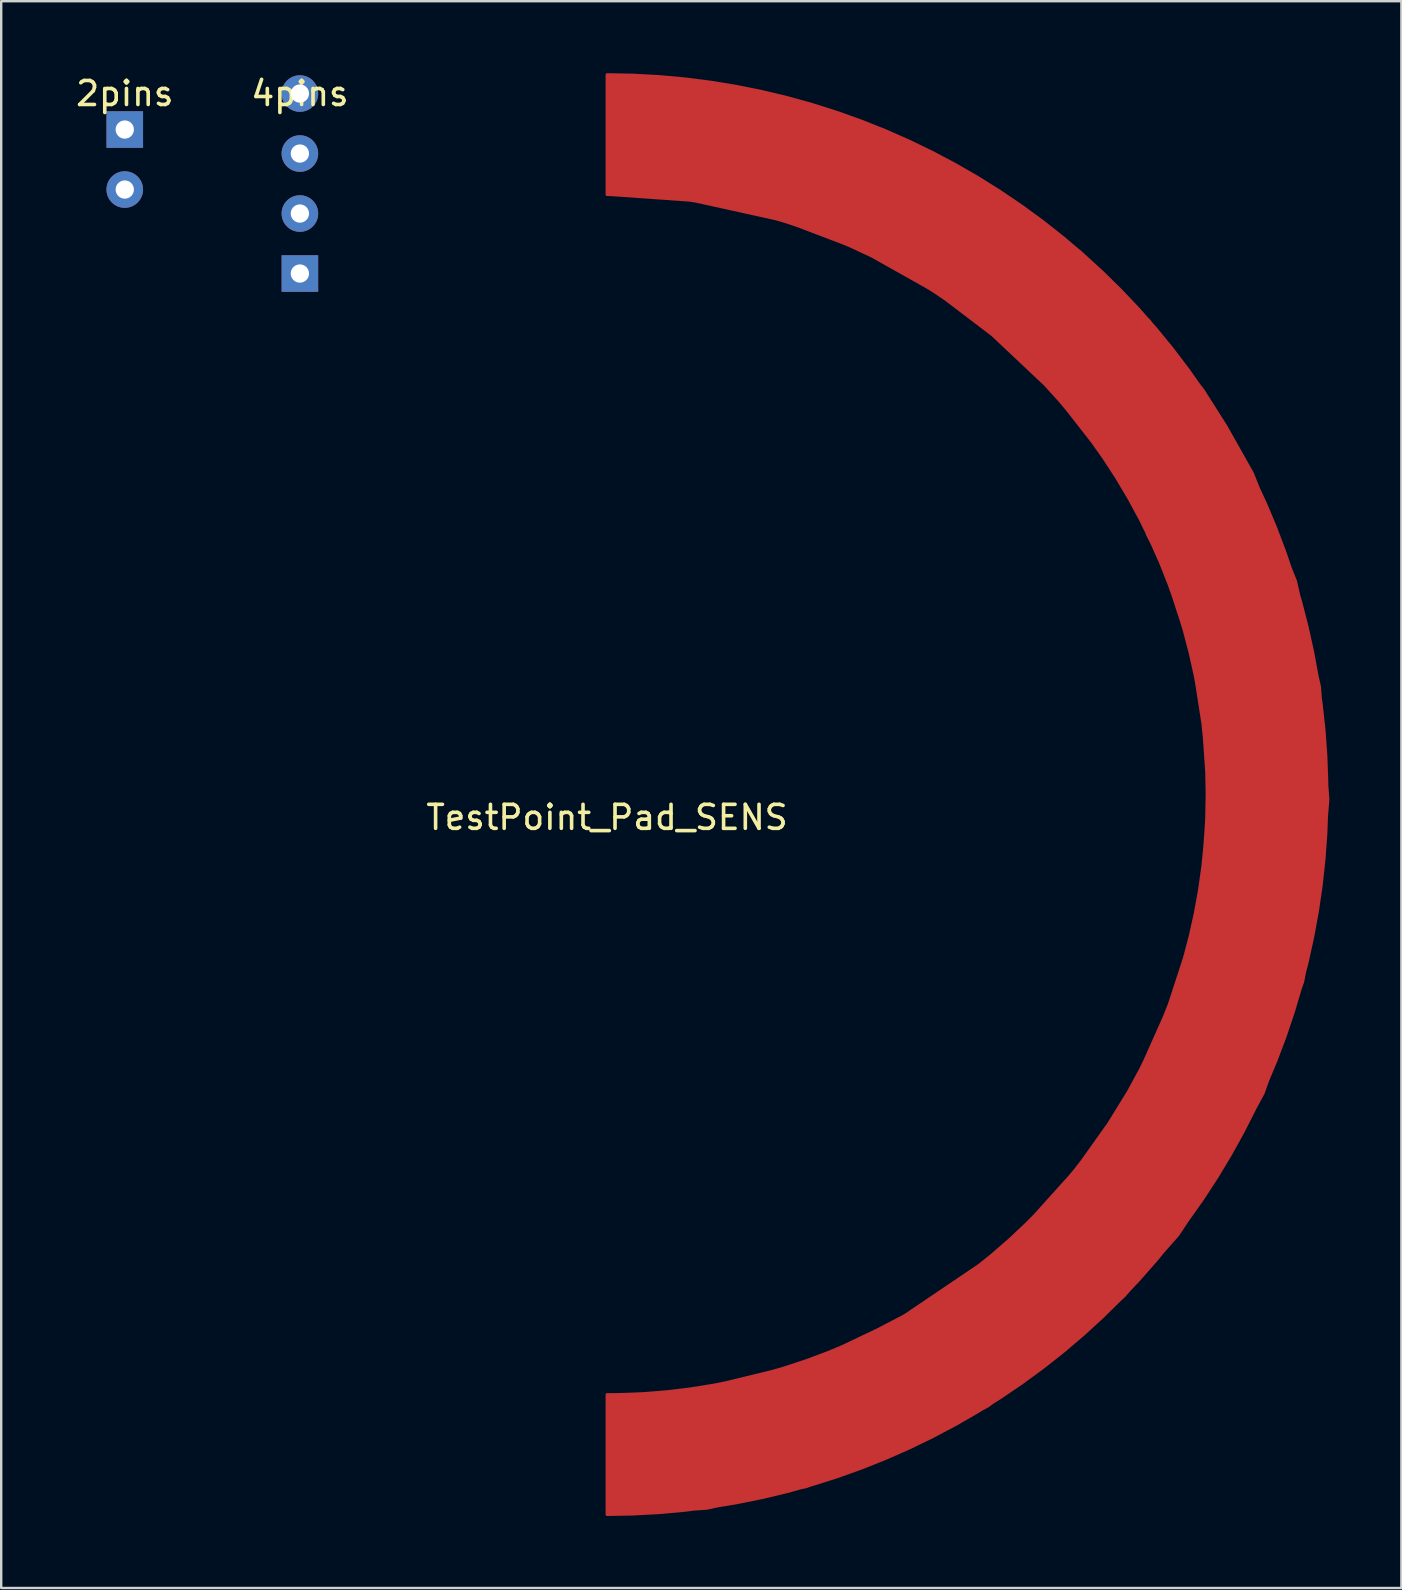
<source format=kicad_pcb>
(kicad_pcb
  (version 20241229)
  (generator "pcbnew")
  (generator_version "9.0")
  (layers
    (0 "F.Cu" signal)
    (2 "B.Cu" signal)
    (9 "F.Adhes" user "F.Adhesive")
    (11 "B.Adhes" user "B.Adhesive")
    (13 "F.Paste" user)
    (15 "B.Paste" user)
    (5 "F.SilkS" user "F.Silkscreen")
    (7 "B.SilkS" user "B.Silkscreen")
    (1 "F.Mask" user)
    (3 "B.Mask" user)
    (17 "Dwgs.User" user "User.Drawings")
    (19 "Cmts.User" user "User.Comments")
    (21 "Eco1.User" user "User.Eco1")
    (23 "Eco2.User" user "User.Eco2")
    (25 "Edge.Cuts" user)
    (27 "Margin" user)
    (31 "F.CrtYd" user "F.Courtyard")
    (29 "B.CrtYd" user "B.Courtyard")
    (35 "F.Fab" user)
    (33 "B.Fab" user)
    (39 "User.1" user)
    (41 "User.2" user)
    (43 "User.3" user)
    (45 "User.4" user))
  (footprint "TestPoint_Pad_SENS"
    (layer "F.Cu")
    (at 22.244 10.06)
    (property "Reference" "TestPoint_Pad_SENS" (at 0 20.95 0) (layer "F.SilkS") (effects (font (size 1 1) (thickness 0.15))))
    (attr through_hole)
    (pad "1" smd custom (at 27 19) (size 1.6 1.6) (layers "F.Cu" "F.Mask" "F.Paste") (options (anchor circle)) (primitives (gr_arc (start -27 -24) (mid -2 1) (end -27 26) (width 0.12)) (gr_arc (start -27 -29) (mid 3 1) (end -27 31) (width 0.12)) (gr_line (start -27 26) (end -27 31) (width 0.12)) (gr_poly (pts (xy -25.55 -28.95) (xy -21.95 -28.55) (xy -19.3 -28) (xy -16.6 -27.15) (xy -13.6 -25.85) (xy -11.15 -24.45) (xy -9.2 -23.15) (xy -7.25 -21.6) (xy -4.4 -18.75) (xy -2.15 -15.85) (xy -1.2 -14.35) (xy -0.1 -12.4) (xy 1.7 -7.9) (xy 2.7 -3.5) (xy 3.05 1.2) (xy 2.75 4.95) (xy 2 8.8) (xy 0.35 13.45) (xy -1.25 16.4) (xy -3.2 19.35) (xy -5.45 21.9) (xy -7.9 24.15) (xy -11.15 26.5) (xy -14.55 28.3) (xy -18.7 29.85) (xy -22.85 30.75) (xy -26.5 31) (xy -27 30.95) (xy -27 26) (xy -25.2 25.95) (xy -22.9 25.7) (xy -19.6 24.9) (xy -17.75 24.25) (xy -15.75 23.3) (xy -14.6 22.7) (xy -11.2 20.4) (xy -9.7 19.1) (xy -7.45 16.6) (xy -6.1 14.7) (xy -4.9 12.75) (xy -3.65 9.95) (xy -2.9 7.65) (xy -2.45 5.9) (xy -2.15 3.8) (xy -1.95 1.1) (xy -2.15 -1.75) (xy -2.5 -4) (xy -2.85 -5.55) (xy -3.15 -6.45) (xy -3.8 -8.45) (xy -4.5 -9.85) (xy -4.6 -10.15) (xy -5.35 -11.6) (xy -6.4 -13.2) (xy -8.35 -15.7) (xy -10.95 -18.15) (xy -13.25 -19.9) (xy -16.45 -21.7) (xy -19.6 -22.9) (xy -23.45 -23.75) (xy -27 -24) (xy -27 -29)) (width 0.1) (fill yes)) (gr_line (start -27 -29) (end -27 -24) (width 0.12)))))
  (footprint "4pins"
    (layer "F.Cu")
    (at 9.446 0.348)
    (property "Reference" "4pins" (at 0 0.5 0) (layer "F.SilkS") (effects (font (size 1 1) (thickness 0.15))))
    (attr through_hole)
    (pad "1" thru_hole circle (at 0 0.5) (size 1.524 1.524) (drill 0.762) (layers "*.Cu" "*.Mask"))
    (pad "2" thru_hole circle (at 0 3) (size 1.524 1.524) (drill 0.762) (layers "*.Cu" "*.Mask"))
    (pad "3" thru_hole circle (at 0 5.5) (size 1.524 1.524) (drill 0.762) (layers "*.Cu" "*.Mask"))
    (pad "4" thru_hole rect (at 0 8) (size 1.524 1.524) (drill 0.762) (layers "*.Cu" "*.Mask")))
  (footprint "2pins"
    (layer "F.Cu")
    (at 2.149 0.348)
    (property "Reference" "2pins" (at 0 0.5 0) (layer "F.SilkS") (effects (font (size 1 1) (thickness 0.15))))
    (attr through_hole)
    (pad "1" thru_hole rect (at 0 2) (size 1.524 1.524) (drill 0.762) (layers "*.Cu" "*.Mask"))
    (pad "2" thru_hole circle (at 0 4.5) (size 1.524 1.524) (drill 0.762) (layers "*.Cu" "*.Mask")))
  (gr_rect
    (start -3 -3)
    (end 55.344 63.12)
    (stroke (width 0.1) (type default))
    (fill no)
    (layer "Edge.Cuts")))
</source>
